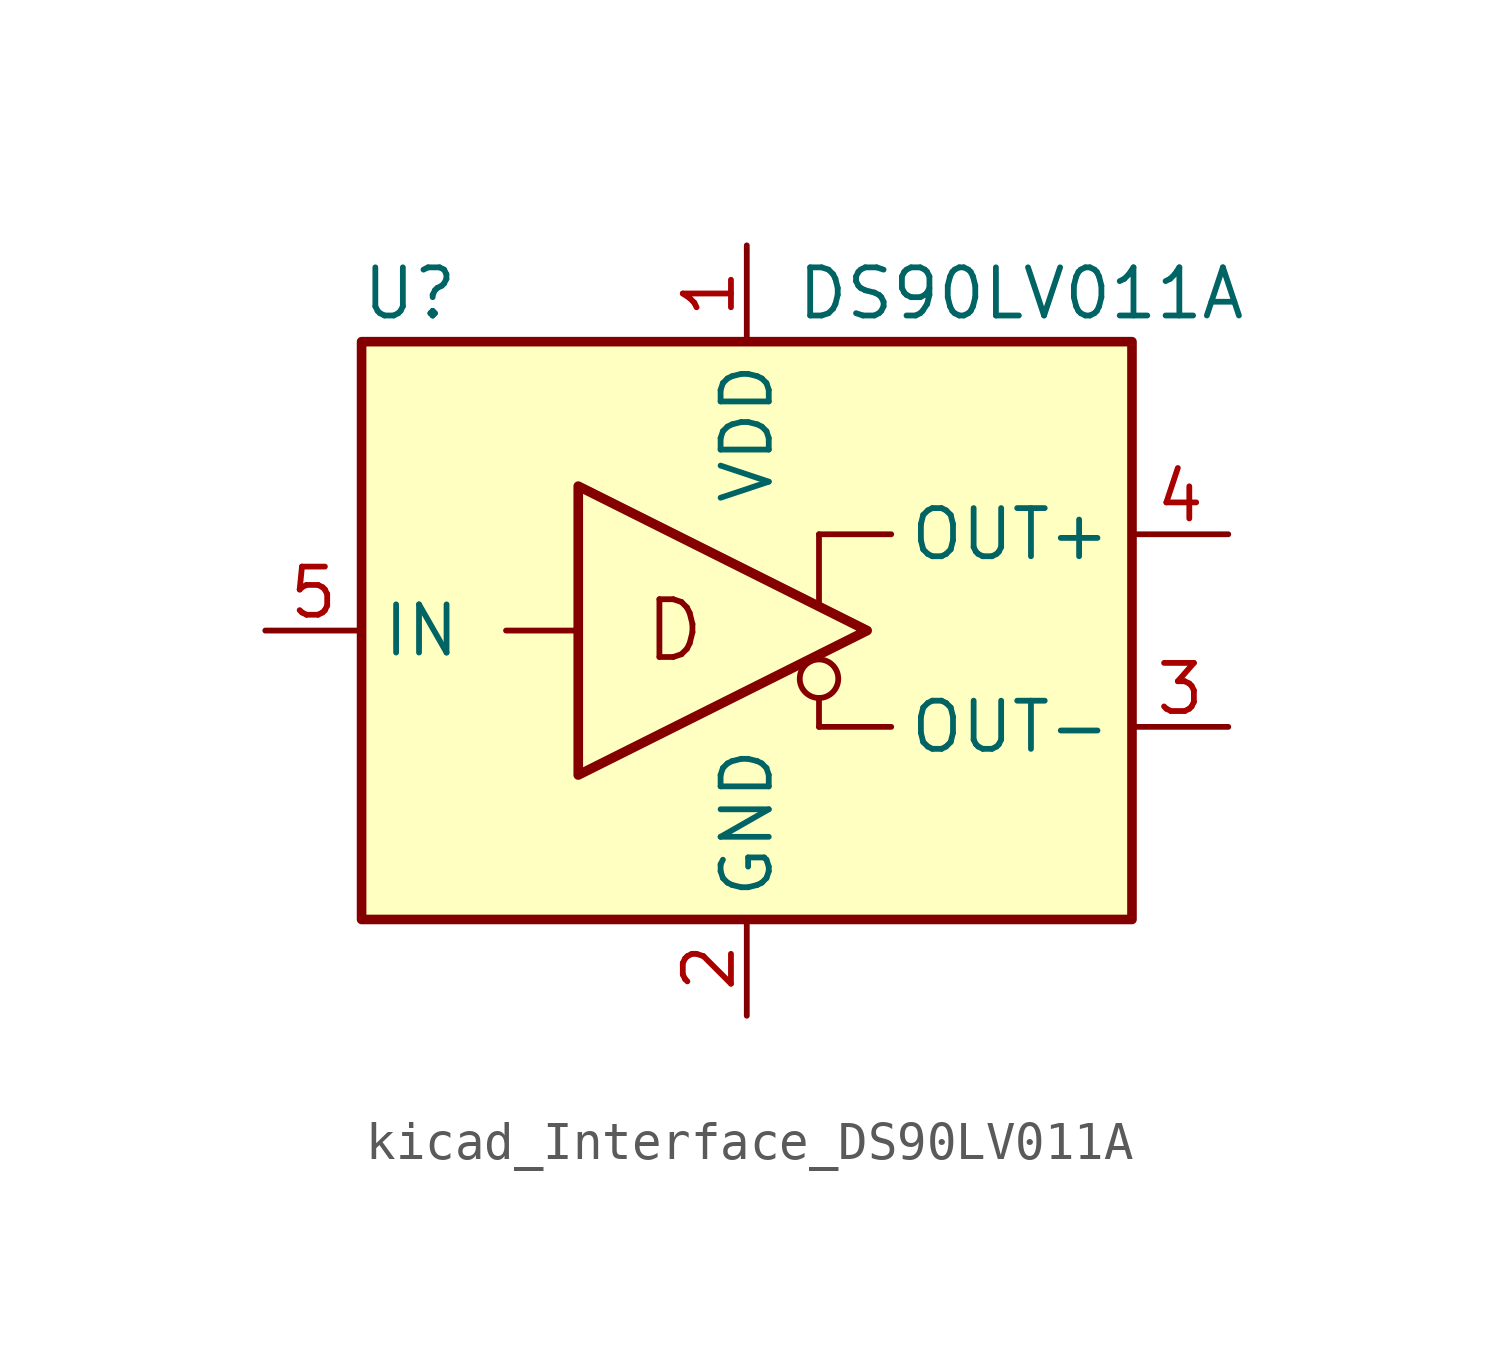
<source format=kicad_sym>
(kicad_symbol_lib
  (version 20220914)
  (generator kicad_symbol_editor)
  (symbol "kicad_Interface_DS90LV011A"
    (property "Reference" "U"
      (at -8.89 8.89 0)
      (effects (font (size 1.27 1.27))))
    (property "Value" "DS90LV011A"
      (at 1.27 8.89 0)
      (effects (font (size 1.27 1.27)) (justify left)))
    (symbol "kicad_Interface_DS90LV011A_1_0"
      (rectangle (start -10.16 7.62) (end 10.16 -7.62) (stroke (width 0.254) (type default)) (fill (type background)))
      (polyline (pts (xy 1.905 -1.778) (xy 1.905 -2.54)) (stroke (width 0) (type default)) (fill (type none)))
      (polyline (pts (xy 1.905 0.635) (xy 1.905 2.54)) (stroke (width 0) (type default)) (fill (type none)))
      (circle (center 1.905 -1.27) (radius 0.508) (stroke (width 0) (type default)) (fill (type none)))
      (text "D" (at -1.905 0 0) (effects (font (size 1.524 1.524)))))
    (symbol "kicad_Interface_DS90LV011A_1_1"
      (polyline (pts (xy -6.35 0) (xy -4.445 0)) (stroke (width 0) (type default)) (fill (type none)))
      (polyline (pts (xy 1.905 -2.54) (xy 3.81 -2.54)) (stroke (width 0) (type default)) (fill (type none)))
      (polyline (pts (xy 3.81 2.54) (xy 1.905 2.54)) (stroke (width 0) (type default)) (fill (type none)))
      (polyline (pts (xy -4.445 -3.81) (xy -4.445 3.81) (xy 3.175 0) (xy -4.445 -3.81)) (stroke (width 0.254) (type default)) (fill (type none)))
      (pin power_in line (at 0 10.16 270) (length 2.54) (name "VDD" (effects (font (size 1.27 1.27)))) (number "1" (effects (font (size 1.27 1.27)))))
      (pin power_in line (at 0 -10.16 90) (length 2.54) (name "GND" (effects (font (size 1.27 1.27)))) (number "2" (effects (font (size 1.27 1.27)))))
      (pin output line (at 12.7 -2.54 180) (length 2.54) (name "OUT-" (effects (font (size 1.27 1.27)))) (number "3" (effects (font (size 1.27 1.27)))))
      (pin output line (at 12.7 2.54 180) (length 2.54) (name "OUT+" (effects (font (size 1.27 1.27)))) (number "4" (effects (font (size 1.27 1.27)))))
      (pin input line (at -12.7 0 0) (length 2.54) (name "IN" (effects (font (size 1.27 1.27)))) (number "5" (effects (font (size 1.27 1.27))))))))
</source>
